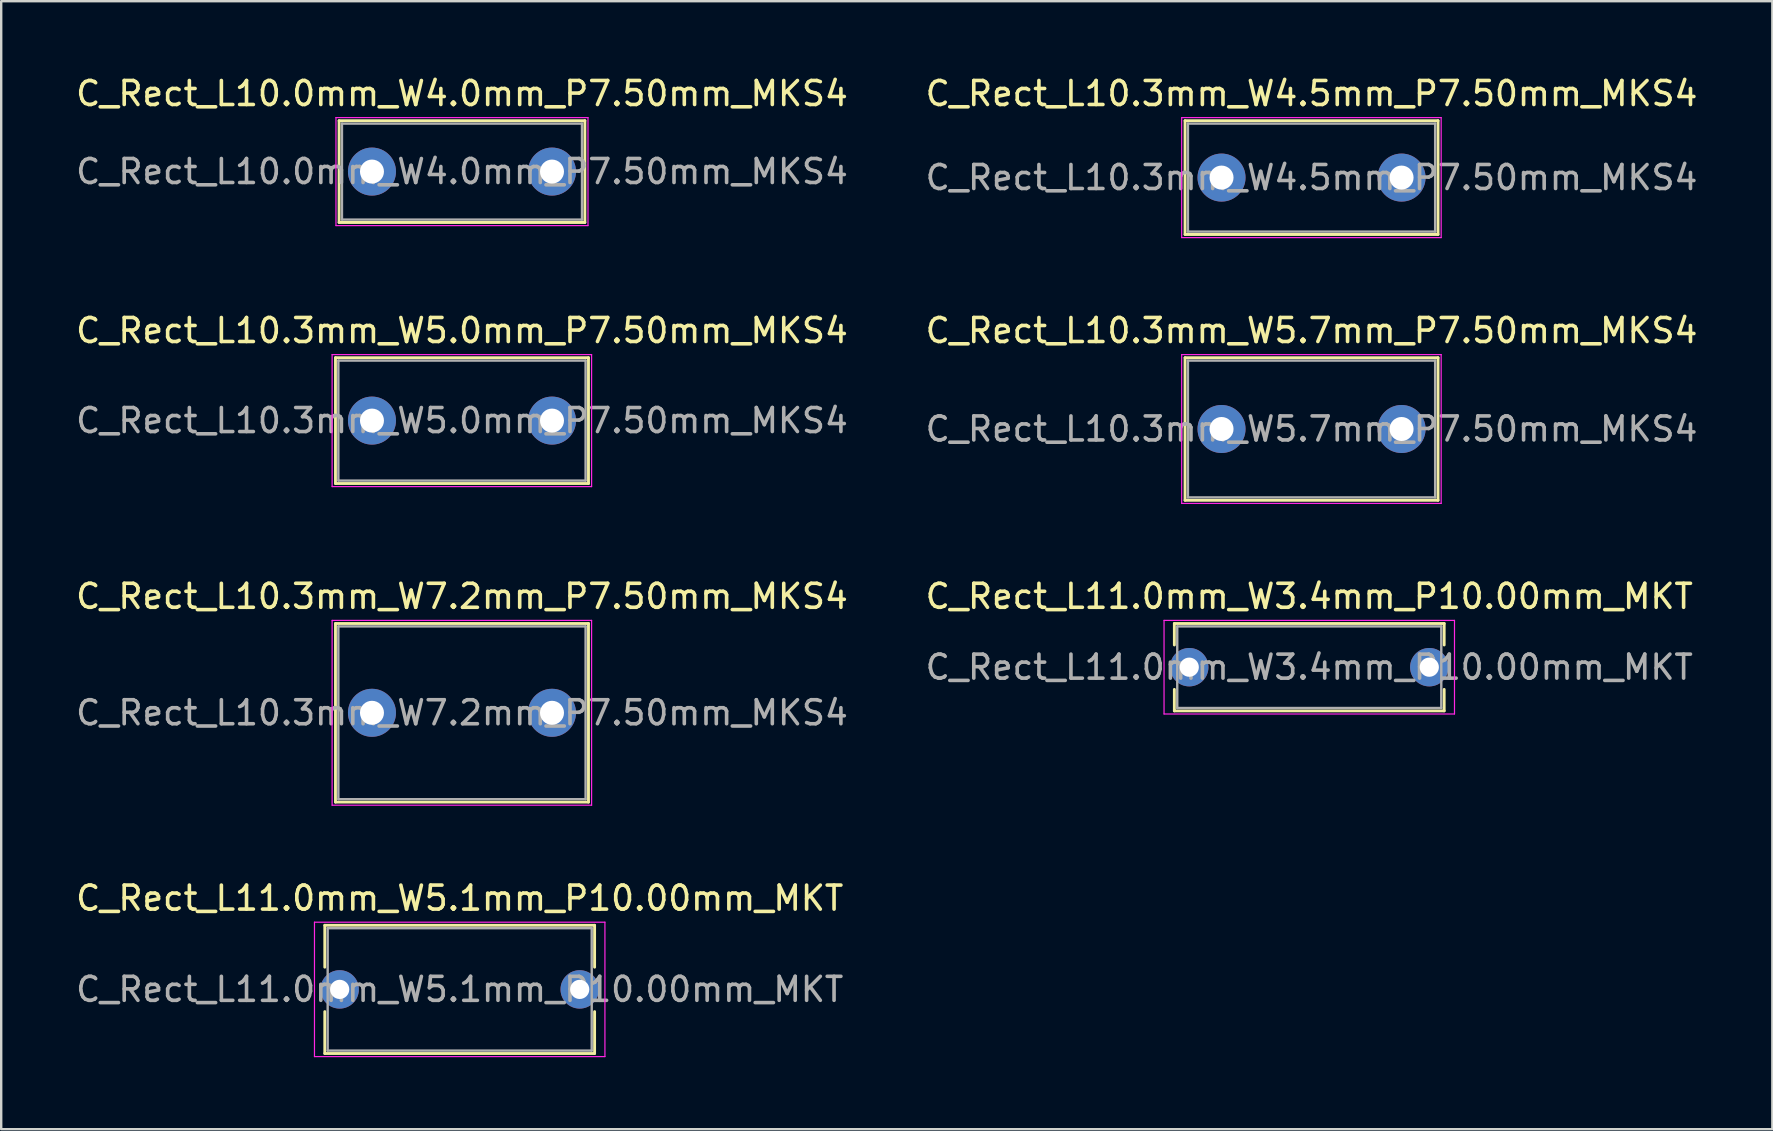
<source format=kicad_pcb>
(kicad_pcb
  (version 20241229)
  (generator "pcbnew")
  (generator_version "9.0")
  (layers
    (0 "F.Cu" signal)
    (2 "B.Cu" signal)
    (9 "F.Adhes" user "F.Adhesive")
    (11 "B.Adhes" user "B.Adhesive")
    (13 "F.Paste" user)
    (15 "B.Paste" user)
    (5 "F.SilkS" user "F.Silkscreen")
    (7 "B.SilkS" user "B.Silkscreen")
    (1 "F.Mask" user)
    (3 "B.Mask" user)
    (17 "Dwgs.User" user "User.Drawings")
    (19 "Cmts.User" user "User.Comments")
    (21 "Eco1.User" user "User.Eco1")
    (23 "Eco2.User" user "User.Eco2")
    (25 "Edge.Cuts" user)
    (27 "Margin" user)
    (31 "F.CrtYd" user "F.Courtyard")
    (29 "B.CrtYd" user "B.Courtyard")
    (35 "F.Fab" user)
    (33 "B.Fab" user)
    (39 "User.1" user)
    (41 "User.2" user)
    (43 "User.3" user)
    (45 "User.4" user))
  (footprint "C_Rect_L10.3mm_W7.2mm_P7.50mm_MKS4"
    (layer "F.Cu")
    (at 12.446 26.645)
    (property "Reference" "C_Rect_L10.3mm_W7.2mm_P7.50mm_MKS4" (at 3.75 -4.85 0) (layer "F.SilkS") (effects (font (size 1 1) (thickness 0.15))))
    (attr through_hole)
    (fp_line (start -1.52 -3.72) (end -1.52 3.72) (stroke (width 0.12) (type solid)) (layer "F.SilkS"))
    (fp_line (start -1.52 -3.72) (end 9.02 -3.72) (stroke (width 0.12) (type solid)) (layer "F.SilkS"))
    (fp_line (start -1.52 3.72) (end 9.02 3.72) (stroke (width 0.12) (type solid)) (layer "F.SilkS"))
    (fp_line (start 9.02 -3.72) (end 9.02 3.72) (stroke (width 0.12) (type solid)) (layer "F.SilkS"))
    (fp_line (start -1.66 -3.85) (end -1.66 3.85) (stroke (width 0.05) (type solid)) (layer "F.CrtYd"))
    (fp_line (start -1.66 3.85) (end 9.15 3.85) (stroke (width 0.05) (type solid)) (layer "F.CrtYd"))
    (fp_line (start 9.15 -3.85) (end -1.66 -3.85) (stroke (width 0.05) (type solid)) (layer "F.CrtYd"))
    (fp_line (start 9.15 3.85) (end 9.15 -3.85) (stroke (width 0.05) (type solid)) (layer "F.CrtYd"))
    (fp_line (start -1.4 -3.6) (end -1.4 3.6) (stroke (width 0.1) (type solid)) (layer "F.Fab"))
    (fp_line (start -1.4 3.6) (end 8.9 3.6) (stroke (width 0.1) (type solid)) (layer "F.Fab"))
    (fp_line (start 8.9 -3.6) (end -1.4 -3.6) (stroke (width 0.1) (type solid)) (layer "F.Fab"))
    (fp_line (start 8.9 3.6) (end 8.9 -3.6) (stroke (width 0.1) (type solid)) (layer "F.Fab"))
    (fp_text user "${REFERENCE}" (at 3.75 0 0) (layer "F.Fab") (effects (font (size 1 1) (thickness 0.15))))
    (pad "1" thru_hole circle (at 0 0) (size 2 2) (drill 1) (layers "*.Cu" "*.Mask"))
    (pad "2" thru_hole circle (at 7.5 0) (size 2 2) (drill 1) (layers "*.Cu" "*.Mask")))
  (footprint "C_Rect_L10.3mm_W5.0mm_P7.50mm_MKS4"
    (layer "F.Cu")
    (at 12.446 14.472)
    (property "Reference" "C_Rect_L10.3mm_W5.0mm_P7.50mm_MKS4" (at 3.75 -3.75 0) (layer "F.SilkS") (effects (font (size 1 1) (thickness 0.15))))
    (attr through_hole)
    (fp_line (start -1.52 -2.62) (end -1.52 2.62) (stroke (width 0.12) (type solid)) (layer "F.SilkS"))
    (fp_line (start -1.52 -2.62) (end 9.02 -2.62) (stroke (width 0.12) (type solid)) (layer "F.SilkS"))
    (fp_line (start -1.52 2.62) (end 9.02 2.62) (stroke (width 0.12) (type solid)) (layer "F.SilkS"))
    (fp_line (start 9.02 -2.62) (end 9.02 2.62) (stroke (width 0.12) (type solid)) (layer "F.SilkS"))
    (fp_line (start -1.66 -2.75) (end -1.66 2.75) (stroke (width 0.05) (type solid)) (layer "F.CrtYd"))
    (fp_line (start -1.66 2.75) (end 9.15 2.75) (stroke (width 0.05) (type solid)) (layer "F.CrtYd"))
    (fp_line (start 9.15 -2.75) (end -1.66 -2.75) (stroke (width 0.05) (type solid)) (layer "F.CrtYd"))
    (fp_line (start 9.15 2.75) (end 9.15 -2.75) (stroke (width 0.05) (type solid)) (layer "F.CrtYd"))
    (fp_line (start -1.4 -2.5) (end -1.4 2.5) (stroke (width 0.1) (type solid)) (layer "F.Fab"))
    (fp_line (start -1.4 2.5) (end 8.9 2.5) (stroke (width 0.1) (type solid)) (layer "F.Fab"))
    (fp_line (start 8.9 -2.5) (end -1.4 -2.5) (stroke (width 0.1) (type solid)) (layer "F.Fab"))
    (fp_line (start 8.9 2.5) (end 8.9 -2.5) (stroke (width 0.1) (type solid)) (layer "F.Fab"))
    (fp_text user "${REFERENCE}" (at 3.75 0 0) (layer "F.Fab") (effects (font (size 1 1) (thickness 0.15))))
    (pad "1" thru_hole circle (at 0 0) (size 2 2) (drill 1) (layers "*.Cu" "*.Mask"))
    (pad "2" thru_hole circle (at 7.5 0) (size 2 2) (drill 1) (layers "*.Cu" "*.Mask")))
  (footprint "C_Rect_L11.0mm_W5.1mm_P10.00mm_MKT"
    (layer "F.Cu")
    (at 11.101 38.168)
    (property "Reference" "C_Rect_L11.0mm_W5.1mm_P10.00mm_MKT" (at 5 -3.8 0) (layer "F.SilkS") (effects (font (size 1 1) (thickness 0.15))))
    (attr through_hole)
    (fp_line (start -0.62 -2.67) (end -0.62 -0.925) (stroke (width 0.12) (type solid)) (layer "F.SilkS"))
    (fp_line (start -0.62 -2.67) (end 10.62 -2.67) (stroke (width 0.12) (type solid)) (layer "F.SilkS"))
    (fp_line (start -0.62 0.925) (end -0.62 2.67) (stroke (width 0.12) (type solid)) (layer "F.SilkS"))
    (fp_line (start -0.62 2.67) (end 10.62 2.67) (stroke (width 0.12) (type solid)) (layer "F.SilkS"))
    (fp_line (start 10.62 -2.67) (end 10.62 -0.925) (stroke (width 0.12) (type solid)) (layer "F.SilkS"))
    (fp_line (start 10.62 0.925) (end 10.62 2.67) (stroke (width 0.12) (type solid)) (layer "F.SilkS"))
    (fp_line (start -1.05 -2.8) (end -1.05 2.8) (stroke (width 0.05) (type solid)) (layer "F.CrtYd"))
    (fp_line (start -1.05 2.8) (end 11.05 2.8) (stroke (width 0.05) (type solid)) (layer "F.CrtYd"))
    (fp_line (start 11.05 -2.8) (end -1.05 -2.8) (stroke (width 0.05) (type solid)) (layer "F.CrtYd"))
    (fp_line (start 11.05 2.8) (end 11.05 -2.8) (stroke (width 0.05) (type solid)) (layer "F.CrtYd"))
    (fp_line (start -0.5 -2.55) (end -0.5 2.55) (stroke (width 0.1) (type solid)) (layer "F.Fab"))
    (fp_line (start -0.5 2.55) (end 10.5 2.55) (stroke (width 0.1) (type solid)) (layer "F.Fab"))
    (fp_line (start 10.5 -2.55) (end -0.5 -2.55) (stroke (width 0.1) (type solid)) (layer "F.Fab"))
    (fp_line (start 10.5 2.55) (end 10.5 -2.55) (stroke (width 0.1) (type solid)) (layer "F.Fab"))
    (fp_text user "${REFERENCE}" (at 5 0 0) (layer "F.Fab") (effects (font (size 1 1) (thickness 0.15))))
    (pad "1" thru_hole circle (at 0 0) (size 1.6 1.6) (drill 0.8) (layers "*.Cu" "*.Mask"))
    (pad "2" thru_hole circle (at 10 0) (size 1.6 1.6) (drill 0.8) (layers "*.Cu" "*.Mask")))
  (footprint "C_Rect_L10.0mm_W4.0mm_P7.50mm_MKS4"
    (layer "F.Cu")
    (at 12.446 4.098)
    (property "Reference" "C_Rect_L10.0mm_W4.0mm_P7.50mm_MKS4" (at 3.75 -3.25 0) (layer "F.SilkS") (effects (font (size 1 1) (thickness 0.15))))
    (attr through_hole)
    (fp_line (start -1.37 -2.12) (end -1.37 2.12) (stroke (width 0.12) (type solid)) (layer "F.SilkS"))
    (fp_line (start -1.37 -2.12) (end 8.87 -2.12) (stroke (width 0.12) (type solid)) (layer "F.SilkS"))
    (fp_line (start -1.37 2.12) (end 8.87 2.12) (stroke (width 0.12) (type solid)) (layer "F.SilkS"))
    (fp_line (start 8.87 -2.12) (end 8.87 2.12) (stroke (width 0.12) (type solid)) (layer "F.SilkS"))
    (fp_line (start -1.5 -2.25) (end -1.5 2.25) (stroke (width 0.05) (type solid)) (layer "F.CrtYd"))
    (fp_line (start -1.5 2.25) (end 9 2.25) (stroke (width 0.05) (type solid)) (layer "F.CrtYd"))
    (fp_line (start 9 -2.25) (end -1.5 -2.25) (stroke (width 0.05) (type solid)) (layer "F.CrtYd"))
    (fp_line (start 9 2.25) (end 9 -2.25) (stroke (width 0.05) (type solid)) (layer "F.CrtYd"))
    (fp_line (start -1.25 -2) (end -1.25 2) (stroke (width 0.1) (type solid)) (layer "F.Fab"))
    (fp_line (start -1.25 2) (end 8.75 2) (stroke (width 0.1) (type solid)) (layer "F.Fab"))
    (fp_line (start 8.75 -2) (end -1.25 -2) (stroke (width 0.1) (type solid)) (layer "F.Fab"))
    (fp_line (start 8.75 2) (end 8.75 -2) (stroke (width 0.1) (type solid)) (layer "F.Fab"))
    (fp_text user "${REFERENCE}" (at 3.75 0 0) (layer "F.Fab") (effects (font (size 1 1) (thickness 0.15))))
    (pad "1" thru_hole circle (at 0 0) (size 2 2) (drill 1) (layers "*.Cu" "*.Mask"))
    (pad "2" thru_hole circle (at 7.5 0) (size 2 2) (drill 1) (layers "*.Cu" "*.Mask")))
  (footprint "C_Rect_L10.3mm_W5.7mm_P7.50mm_MKS4"
    (layer "F.Cu")
    (at 47.839 14.822)
    (property "Reference" "C_Rect_L10.3mm_W5.7mm_P7.50mm_MKS4" (at 3.75 -4.1 0) (layer "F.SilkS") (effects (font (size 1 1) (thickness 0.15))))
    (attr through_hole)
    (fp_line (start -1.52 -2.97) (end -1.52 2.97) (stroke (width 0.12) (type solid)) (layer "F.SilkS"))
    (fp_line (start -1.52 -2.97) (end 9.02 -2.97) (stroke (width 0.12) (type solid)) (layer "F.SilkS"))
    (fp_line (start -1.52 2.97) (end 9.02 2.97) (stroke (width 0.12) (type solid)) (layer "F.SilkS"))
    (fp_line (start 9.02 -2.97) (end 9.02 2.97) (stroke (width 0.12) (type solid)) (layer "F.SilkS"))
    (fp_line (start -1.66 -3.1) (end -1.66 3.1) (stroke (width 0.05) (type solid)) (layer "F.CrtYd"))
    (fp_line (start -1.66 3.1) (end 9.15 3.1) (stroke (width 0.05) (type solid)) (layer "F.CrtYd"))
    (fp_line (start 9.15 -3.1) (end -1.66 -3.1) (stroke (width 0.05) (type solid)) (layer "F.CrtYd"))
    (fp_line (start 9.15 3.1) (end 9.15 -3.1) (stroke (width 0.05) (type solid)) (layer "F.CrtYd"))
    (fp_line (start -1.4 -2.85) (end -1.4 2.85) (stroke (width 0.1) (type solid)) (layer "F.Fab"))
    (fp_line (start -1.4 2.85) (end 8.9 2.85) (stroke (width 0.1) (type solid)) (layer "F.Fab"))
    (fp_line (start 8.9 -2.85) (end -1.4 -2.85) (stroke (width 0.1) (type solid)) (layer "F.Fab"))
    (fp_line (start 8.9 2.85) (end 8.9 -2.85) (stroke (width 0.1) (type solid)) (layer "F.Fab"))
    (fp_text user "${REFERENCE}" (at 3.75 0 0) (layer "F.Fab") (effects (font (size 1 1) (thickness 0.15))))
    (pad "1" thru_hole circle (at 0 0) (size 2 2) (drill 1) (layers "*.Cu" "*.Mask"))
    (pad "2" thru_hole circle (at 7.5 0) (size 2 2) (drill 1) (layers "*.Cu" "*.Mask")))
  (footprint "C_Rect_L11.0mm_W3.4mm_P10.00mm_MKT"
    (layer "F.Cu")
    (at 46.494 24.745)
    (property "Reference" "C_Rect_L11.0mm_W3.4mm_P10.00mm_MKT" (at 5 -2.95 0) (layer "F.SilkS") (effects (font (size 1 1) (thickness 0.15))))
    (attr through_hole)
    (fp_line (start -0.62 -1.82) (end -0.62 -0.925) (stroke (width 0.12) (type solid)) (layer "F.SilkS"))
    (fp_line (start -0.62 -1.82) (end 10.62 -1.82) (stroke (width 0.12) (type solid)) (layer "F.SilkS"))
    (fp_line (start -0.62 0.925) (end -0.62 1.82) (stroke (width 0.12) (type solid)) (layer "F.SilkS"))
    (fp_line (start -0.62 1.82) (end 10.62 1.82) (stroke (width 0.12) (type solid)) (layer "F.SilkS"))
    (fp_line (start 10.62 -1.82) (end 10.62 -0.925) (stroke (width 0.12) (type solid)) (layer "F.SilkS"))
    (fp_line (start 10.62 0.925) (end 10.62 1.82) (stroke (width 0.12) (type solid)) (layer "F.SilkS"))
    (fp_line (start -1.05 -1.95) (end -1.05 1.95) (stroke (width 0.05) (type solid)) (layer "F.CrtYd"))
    (fp_line (start -1.05 1.95) (end 11.05 1.95) (stroke (width 0.05) (type solid)) (layer "F.CrtYd"))
    (fp_line (start 11.05 -1.95) (end -1.05 -1.95) (stroke (width 0.05) (type solid)) (layer "F.CrtYd"))
    (fp_line (start 11.05 1.95) (end 11.05 -1.95) (stroke (width 0.05) (type solid)) (layer "F.CrtYd"))
    (fp_line (start -0.5 -1.7) (end -0.5 1.7) (stroke (width 0.1) (type solid)) (layer "F.Fab"))
    (fp_line (start -0.5 1.7) (end 10.5 1.7) (stroke (width 0.1) (type solid)) (layer "F.Fab"))
    (fp_line (start 10.5 -1.7) (end -0.5 -1.7) (stroke (width 0.1) (type solid)) (layer "F.Fab"))
    (fp_line (start 10.5 1.7) (end 10.5 -1.7) (stroke (width 0.1) (type solid)) (layer "F.Fab"))
    (fp_text user "${REFERENCE}" (at 5 0 0) (layer "F.Fab") (effects (font (size 1 1) (thickness 0.15))))
    (pad "1" thru_hole circle (at 0 0) (size 1.6 1.6) (drill 0.8) (layers "*.Cu" "*.Mask"))
    (pad "2" thru_hole circle (at 10 0) (size 1.6 1.6) (drill 0.8) (layers "*.Cu" "*.Mask")))
  (footprint "C_Rect_L10.3mm_W4.5mm_P7.50mm_MKS4"
    (layer "F.Cu")
    (at 47.839 4.348)
    (property "Reference" "C_Rect_L10.3mm_W4.5mm_P7.50mm_MKS4" (at 3.75 -3.5 0) (layer "F.SilkS") (effects (font (size 1 1) (thickness 0.15))))
    (attr through_hole)
    (fp_line (start -1.52 -2.37) (end -1.52 2.37) (stroke (width 0.12) (type solid)) (layer "F.SilkS"))
    (fp_line (start -1.52 -2.37) (end 9.02 -2.37) (stroke (width 0.12) (type solid)) (layer "F.SilkS"))
    (fp_line (start -1.52 2.37) (end 9.02 2.37) (stroke (width 0.12) (type solid)) (layer "F.SilkS"))
    (fp_line (start 9.02 -2.37) (end 9.02 2.37) (stroke (width 0.12) (type solid)) (layer "F.SilkS"))
    (fp_line (start -1.66 -2.5) (end -1.66 2.5) (stroke (width 0.05) (type solid)) (layer "F.CrtYd"))
    (fp_line (start -1.66 2.5) (end 9.15 2.5) (stroke (width 0.05) (type solid)) (layer "F.CrtYd"))
    (fp_line (start 9.15 -2.5) (end -1.66 -2.5) (stroke (width 0.05) (type solid)) (layer "F.CrtYd"))
    (fp_line (start 9.15 2.5) (end 9.15 -2.5) (stroke (width 0.05) (type solid)) (layer "F.CrtYd"))
    (fp_line (start -1.4 -2.25) (end -1.4 2.25) (stroke (width 0.1) (type solid)) (layer "F.Fab"))
    (fp_line (start -1.4 2.25) (end 8.9 2.25) (stroke (width 0.1) (type solid)) (layer "F.Fab"))
    (fp_line (start 8.9 -2.25) (end -1.4 -2.25) (stroke (width 0.1) (type solid)) (layer "F.Fab"))
    (fp_line (start 8.9 2.25) (end 8.9 -2.25) (stroke (width 0.1) (type solid)) (layer "F.Fab"))
    (fp_text user "${REFERENCE}" (at 3.75 0 0) (layer "F.Fab") (effects (font (size 1 1) (thickness 0.15))))
    (pad "1" thru_hole circle (at 0 0) (size 2 2) (drill 1) (layers "*.Cu" "*.Mask"))
    (pad "2" thru_hole circle (at 7.5 0) (size 2 2) (drill 1) (layers "*.Cu" "*.Mask")))
  (gr_rect
    (start -3 -3)
    (end 70.786 43.993)
    (stroke (width 0.1) (type default))
    (fill no)
    (layer "Edge.Cuts")))
</source>
